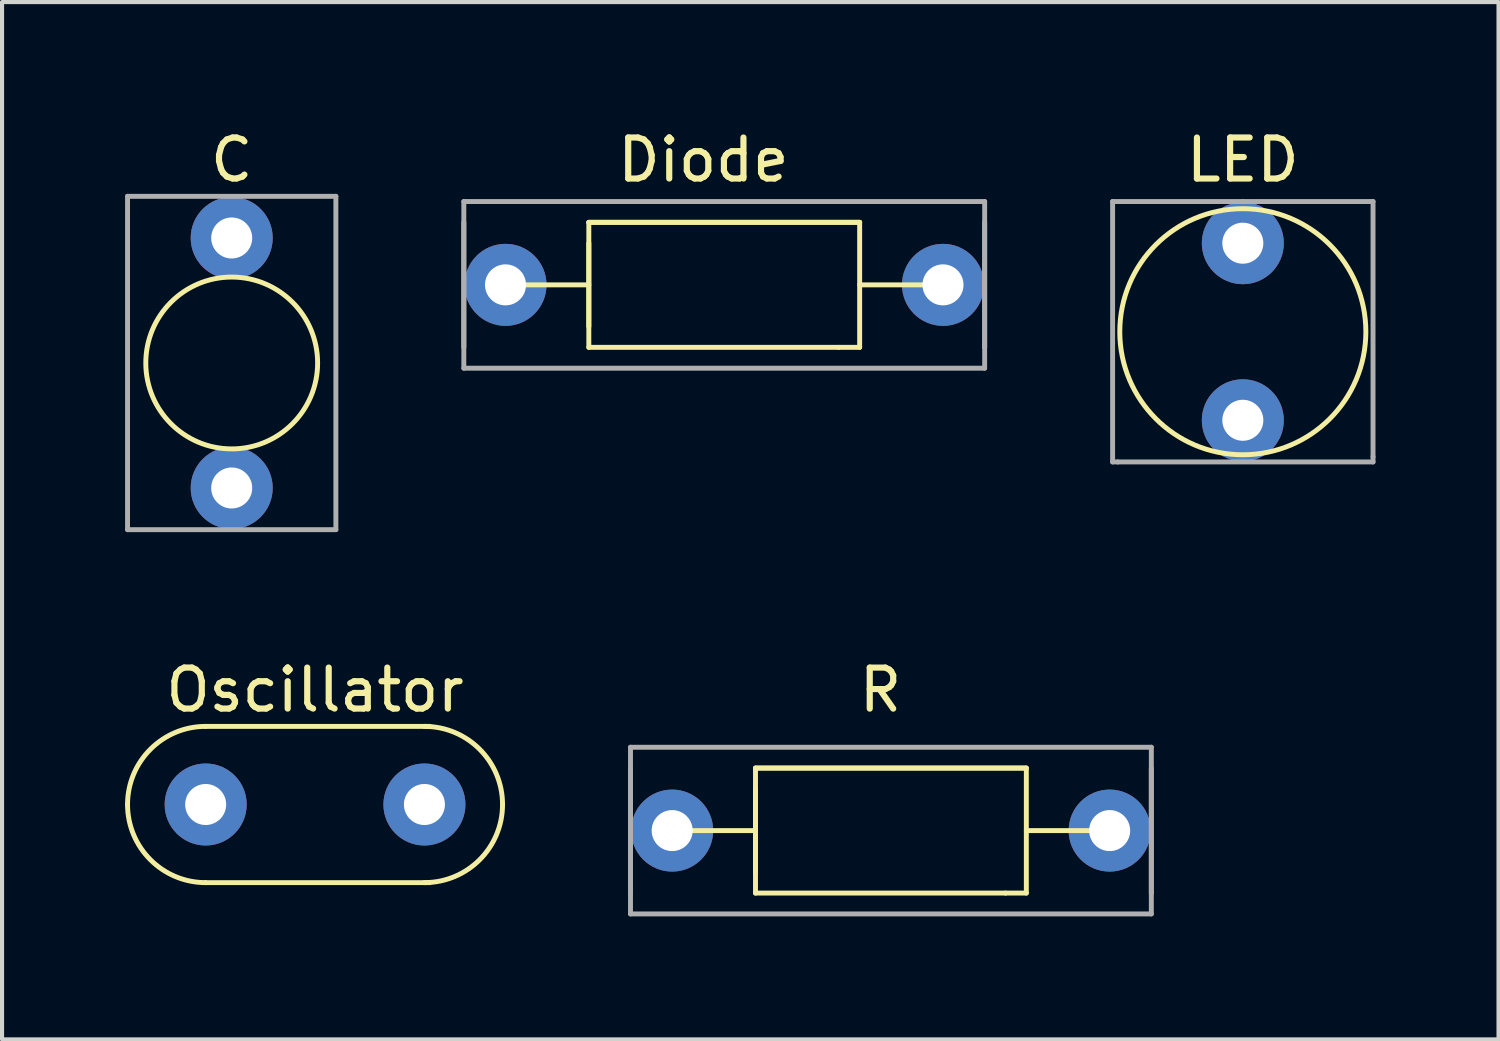
<source format=kicad_pcb>
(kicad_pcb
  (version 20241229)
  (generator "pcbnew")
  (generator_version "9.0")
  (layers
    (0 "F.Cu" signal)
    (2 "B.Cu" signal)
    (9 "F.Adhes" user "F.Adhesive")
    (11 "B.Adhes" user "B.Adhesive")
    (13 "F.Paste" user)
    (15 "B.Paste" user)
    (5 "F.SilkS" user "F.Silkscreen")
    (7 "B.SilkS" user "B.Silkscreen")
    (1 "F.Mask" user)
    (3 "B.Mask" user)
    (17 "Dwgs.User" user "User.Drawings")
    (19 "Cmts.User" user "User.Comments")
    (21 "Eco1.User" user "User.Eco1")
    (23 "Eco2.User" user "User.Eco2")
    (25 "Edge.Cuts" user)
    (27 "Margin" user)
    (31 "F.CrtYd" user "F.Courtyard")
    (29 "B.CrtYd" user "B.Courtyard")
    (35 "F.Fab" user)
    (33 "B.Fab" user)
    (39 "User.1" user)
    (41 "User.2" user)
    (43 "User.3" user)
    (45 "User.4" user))
  (footprint "LED"
    (layer "F.Cu")
    (at 27.255 5.039)
    (property "Reference" "LED" (at 0 -4.191 0) (layer "F.SilkS") (effects (font (size 1 1) (thickness 0.15))))
    (attr through_hole)
    (fp_circle (center 0 0) (end 3 0) (stroke (width 0.12) (type solid)) (fill no) (layer "F.SilkS"))
    (fp_line (start -3.175 -3.175) (end 0 -3.175) (stroke (width 0.12) (type solid)) (layer "F.Fab"))
    (fp_line (start -3.175 3.175) (end -3.175 -3.175) (stroke (width 0.12) (type solid)) (layer "F.Fab"))
    (fp_line (start -3.175 3.175) (end -3.048 3.175) (stroke (width 0.12) (type solid)) (layer "F.Fab"))
    (fp_line (start 0 -3.175) (end 3.175 -3.175) (stroke (width 0.12) (type solid)) (layer "F.Fab"))
    (fp_line (start 3.175 -3.175) (end 3.175 3.048) (stroke (width 0.12) (type solid)) (layer "F.Fab"))
    (fp_line (start 3.175 3.048) (end 3.175 3.175) (stroke (width 0.12) (type solid)) (layer "F.Fab"))
    (fp_line (start 3.175 3.175) (end -3.048 3.175) (stroke (width 0.12) (type solid)) (layer "F.Fab"))
    (pad "1" thru_hole circle (at 0 -2.159) (size 2 2) (drill 1) (layers "*.Cu" "*.Mask"))
    (pad "2" thru_hole circle (at 0 2.159) (size 2 2) (drill 1) (layers "*.Cu" "*.Mask")))
  (footprint "Oscillator"
    (layer "F.Cu")
    (at 4.632 16.567)
    (property "Reference" "Oscillator" (at 0 -2.794 0) (layer "F.SilkS") (effects (font (size 1 1) (thickness 0.15))))
    (attr through_hole)
    (fp_line (start -2.667 -1.905) (end 2.794 -1.905) (stroke (width 0.12) (type solid)) (layer "F.SilkS"))
    (fp_line (start -2.667 1.905) (end 2.794 1.905) (stroke (width 0.12) (type solid)) (layer "F.SilkS"))
    (fp_arc (start -4.572 0) (mid -4.014038 -1.347038) (end -2.667 -1.905) (stroke (width 0.12) (type solid)) (layer "F.SilkS"))
    (fp_arc (start -2.667 1.905) (mid -4.014038 1.347038) (end -4.572 0) (stroke (width 0.12) (type solid)) (layer "F.SilkS"))
    (fp_arc (start 2.667 -1.905) (mid 4.014038 -1.347038) (end 4.572 0) (stroke (width 0.12) (type solid)) (layer "F.SilkS"))
    (fp_arc (start 4.572 0) (mid 4.014038 1.347038) (end 2.667 1.905) (stroke (width 0.12) (type solid)) (layer "F.SilkS"))
    (pad "1" thru_hole circle (at -2.667 0 90) (size 2 2) (drill 1) (layers "*.Cu" "*.Mask"))
    (pad "2" thru_hole circle (at 2.667 0 90) (size 2 2) (drill 1) (layers "*.Cu" "*.Mask")))
  (footprint "R"
    (layer "F.Cu")
    (at 18.42 17.203)
    (property "Reference" "R" (at 0 -3.429 0) (layer "F.SilkS") (effects (font (size 1 1) (thickness 0.15))))
    (attr through_hole)
    (fp_line (start -3.048 -1.524) (end -3.048 1.524) (stroke (width 0.12) (type solid)) (layer "F.SilkS"))
    (fp_line (start -3.048 -1.016) (end -3.048 1.016) (stroke (width 0.12) (type solid)) (layer "F.SilkS"))
    (fp_line (start -3.048 0) (end -5.08 0) (stroke (width 0.12) (type solid)) (layer "F.SilkS"))
    (fp_line (start -3.048 1.524) (end 3.048 1.524) (stroke (width 0.12) (type solid)) (layer "F.SilkS"))
    (fp_line (start 3.048 1.524) (end 3.556 1.524) (stroke (width 0.12) (type solid)) (layer "F.SilkS"))
    (fp_line (start 3.556 -1.524) (end -3.048 -1.524) (stroke (width 0.12) (type solid)) (layer "F.SilkS"))
    (fp_line (start 3.556 -1.524) (end -3.048 -1.524) (stroke (width 0.12) (type solid)) (layer "F.SilkS"))
    (fp_line (start 3.556 -1.524) (end 3.556 1.524) (stroke (width 0.12) (type solid)) (layer "F.SilkS"))
    (fp_line (start 5.588 0) (end 3.556 0) (stroke (width 0.12) (type solid)) (layer "F.SilkS"))
    (fp_line (start -6.096 -2.032) (end -6.096 2.032) (stroke (width 0.12) (type solid)) (layer "F.Fab"))
    (fp_line (start -6.096 -1.524) (end -6.096 1.524) (stroke (width 0.12) (type solid)) (layer "F.Fab"))
    (fp_line (start -6.096 2.032) (end 6.604 2.032) (stroke (width 0.12) (type solid)) (layer "F.Fab"))
    (fp_line (start 6.604 -2.032) (end -6.096 -2.032) (stroke (width 0.12) (type solid)) (layer "F.Fab"))
    (fp_line (start 6.604 -2.032) (end 6.604 1.524) (stroke (width 0.12) (type solid)) (layer "F.Fab"))
    (fp_line (start 6.604 1.524) (end 6.604 -1.524) (stroke (width 0.12) (type solid)) (layer "F.Fab"))
    (fp_line (start 6.604 1.524) (end 6.604 2.032) (stroke (width 0.12) (type solid)) (layer "F.Fab"))
    (pad "1" thru_hole circle (at -5.08 0) (size 2 2) (drill 1) (layers "*.Cu" "*.Mask"))
    (pad "2" thru_hole circle (at 5.588 0) (size 2 2) (drill 1) (layers "*.Cu" "*.Mask")))
  (footprint "C"
    (layer "F.Cu")
    (at 2.6 5.801)
    (property "Reference" "C" (at 0 -4.953 0) (layer "F.SilkS") (effects (font (size 1 1) (thickness 0.15))))
    (attr through_hole)
    (fp_circle (center 0 0) (end 2.095 0) (stroke (width 0.12) (type solid)) (fill no) (layer "F.SilkS"))
    (fp_line (start -2.54 -4.064) (end 2.54 -4.064) (stroke (width 0.12) (type solid)) (layer "F.Fab"))
    (fp_line (start -2.54 4.064) (end -2.54 -4.064) (stroke (width 0.12) (type solid)) (layer "F.Fab"))
    (fp_line (start 2.54 -4.064) (end 2.54 4.064) (stroke (width 0.12) (type solid)) (layer "F.Fab"))
    (fp_line (start 2.54 4.064) (end -2.54 4.064) (stroke (width 0.12) (type solid)) (layer "F.Fab"))
    (pad "1" thru_hole circle (at 0 -3.048) (size 2 2) (drill 1) (layers "*.Cu" "*.Mask"))
    (pad "2" thru_hole circle (at 0 3.048) (size 2 2) (drill 1) (layers "*.Cu" "*.Mask")))
  (footprint "Diode"
    (layer "F.Cu")
    (at 14.102 3.896)
    (property "Reference" "Diode" (at 0 -3.048 0) (layer "F.SilkS") (effects (font (size 1 1) (thickness 0.15))))
    (attr through_hole)
    (fp_line (start -2.794 -1.524) (end -2.794 1.524) (stroke (width 0.12) (type solid)) (layer "F.SilkS"))
    (fp_line (start -2.794 -1.016) (end -2.794 1.016) (stroke (width 0.12) (type solid)) (layer "F.SilkS"))
    (fp_line (start -2.794 0) (end -4.826 0) (stroke (width 0.12) (type solid)) (layer "F.SilkS"))
    (fp_line (start -2.794 1.524) (end 3.302 1.524) (stroke (width 0.12) (type solid)) (layer "F.SilkS"))
    (fp_line (start 3.302 1.524) (end 3.81 1.524) (stroke (width 0.12) (type solid)) (layer "F.SilkS"))
    (fp_line (start 3.81 -1.524) (end -2.794 -1.524) (stroke (width 0.12) (type solid)) (layer "F.SilkS"))
    (fp_line (start 3.81 -1.524) (end -2.794 -1.524) (stroke (width 0.12) (type solid)) (layer "F.SilkS"))
    (fp_line (start 3.81 -1.524) (end 3.81 1.524) (stroke (width 0.12) (type solid)) (layer "F.SilkS"))
    (fp_line (start 5.842 0) (end 3.81 0) (stroke (width 0.12) (type solid)) (layer "F.SilkS"))
    (fp_line (start -5.842 -2.032) (end -5.842 2.032) (stroke (width 0.12) (type solid)) (layer "F.Fab"))
    (fp_line (start -5.842 -1.524) (end -5.842 1.524) (stroke (width 0.12) (type solid)) (layer "F.Fab"))
    (fp_line (start -5.842 2.032) (end 6.858 2.032) (stroke (width 0.12) (type solid)) (layer "F.Fab"))
    (fp_line (start 6.858 -2.032) (end -5.842 -2.032) (stroke (width 0.12) (type solid)) (layer "F.Fab"))
    (fp_line (start 6.858 -2.032) (end 6.858 1.524) (stroke (width 0.12) (type solid)) (layer "F.Fab"))
    (fp_line (start 6.858 1.524) (end 6.858 -1.524) (stroke (width 0.12) (type solid)) (layer "F.Fab"))
    (fp_line (start 6.858 1.524) (end 6.858 2.032) (stroke (width 0.12) (type solid)) (layer "F.Fab"))
    (pad "1" thru_hole circle (at -4.826 0) (size 2 2) (drill 1) (layers "*.Cu" "*.Mask"))
    (pad "2" thru_hole circle (at 5.842 0) (size 2 2) (drill 1) (layers "*.Cu" "*.Mask")))
  (gr_rect
    (start -3 -3)
    (end 33.49 22.294)
    (stroke (width 0.1) (type default))
    (fill no)
    (layer "Edge.Cuts")))
</source>
